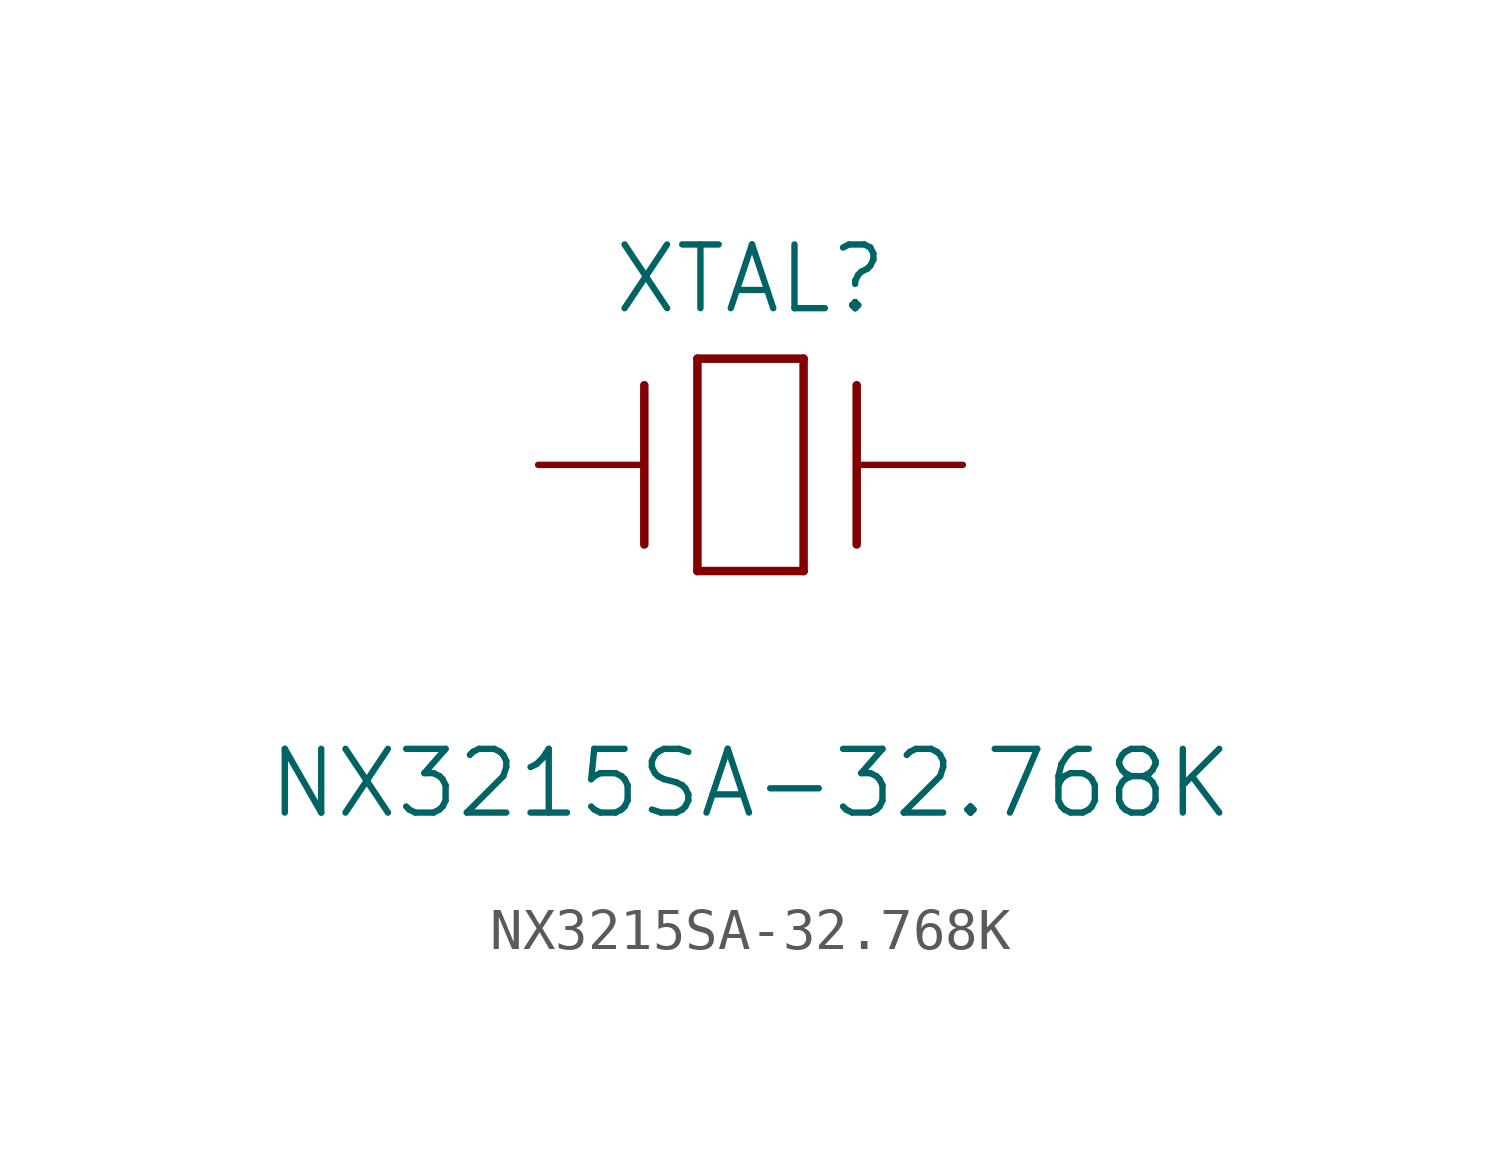
<source format=kicad_sym>
(kicad_symbol_lib
  (version 20211014)
  (generator kicad_symbol_editor)
  (symbol "NX3215SA-32.768K"
    (pin_numbers hide)
    (pin_names hide)
    (property "Reference" "XTAL"
      (at 5.08 4.445 0)
      (effects (font (size 1.524 1.524))))
    (property "Value" "NX3215SA-32.768K"
      (at 5.08 -7.62 0)
      (effects (font (size 1.524 1.524))))
    (symbol "NX3215SA-32.768K_1_1"
      (polyline (pts (xy 2.54 -1.905) (xy 2.54 1.905)) (stroke (width 0.203) (type default)) (fill (type none)))
      (polyline (pts (xy 3.81 -2.54) (xy 3.81 2.54)) (stroke (width 0.203) (type default)) (fill (type none)))
      (polyline (pts (xy 3.81 2.54) (xy 6.35 2.54)) (stroke (width 0.203) (type default)) (fill (type none)))
      (polyline (pts (xy 6.35 -2.54) (xy 3.81 -2.54)) (stroke (width 0.203) (type default)) (fill (type none)))
      (polyline (pts (xy 6.35 2.54) (xy 6.35 -2.54)) (stroke (width 0.203) (type default)) (fill (type none)))
      (polyline (pts (xy 7.62 -1.905) (xy 7.62 1.905)) (stroke (width 0.203) (type default)) (fill (type none)))
      (pin unspecified line (at 0 0 0) (length 2.54) (name "1" (effects (font (size 1.499 1.499)))) (number "1" (effects (font (size 1.499 1.499)))))
      (pin unspecified line (at 10.16 0 180) (length 2.54) (name "2" (effects (font (size 1.499 1.499)))) (number "2" (effects (font (size 1.499 1.499))))))))
</source>
